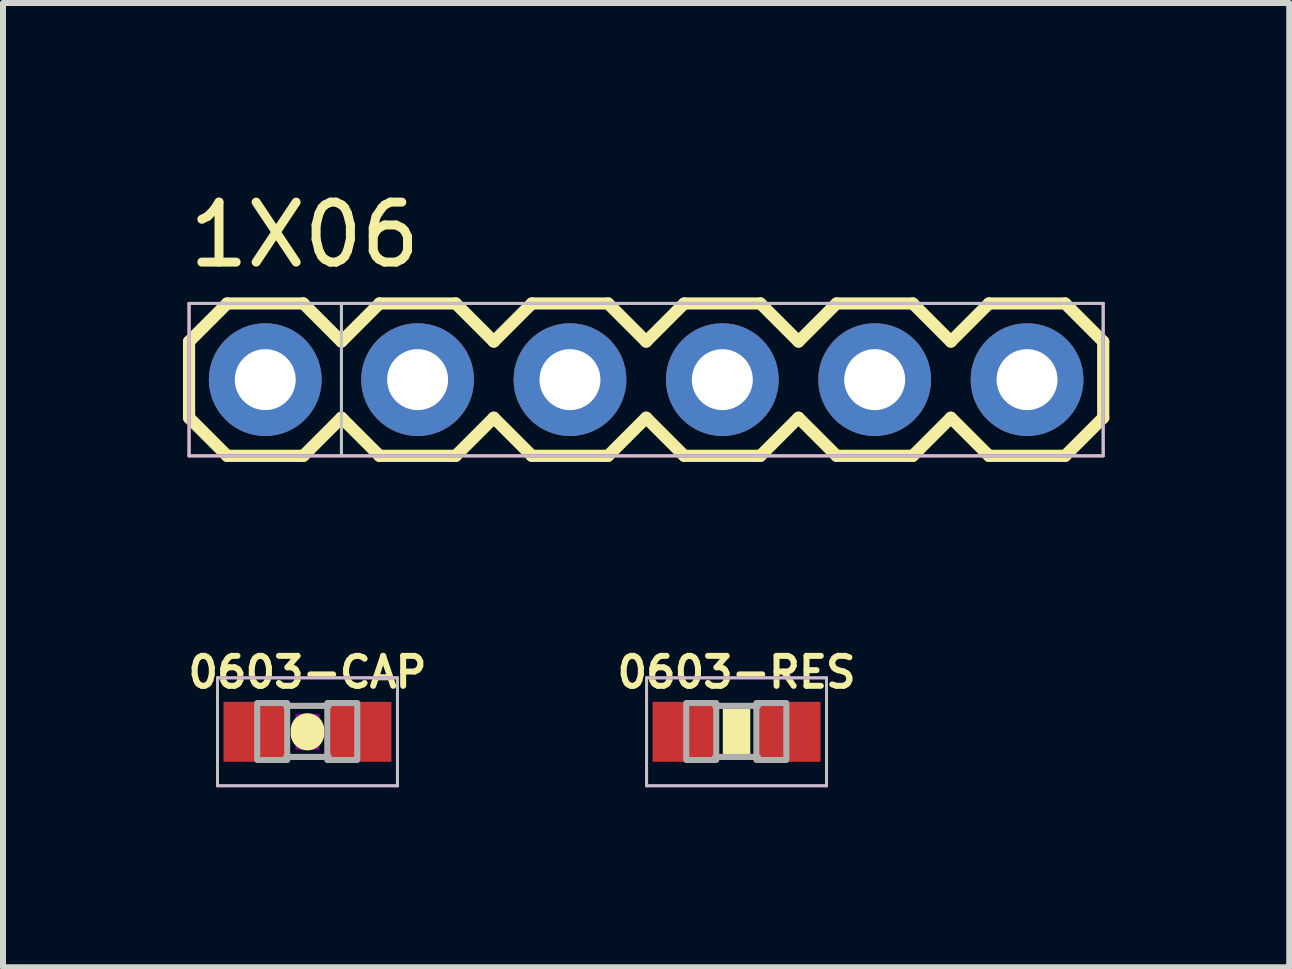
<source format=kicad_pcb>
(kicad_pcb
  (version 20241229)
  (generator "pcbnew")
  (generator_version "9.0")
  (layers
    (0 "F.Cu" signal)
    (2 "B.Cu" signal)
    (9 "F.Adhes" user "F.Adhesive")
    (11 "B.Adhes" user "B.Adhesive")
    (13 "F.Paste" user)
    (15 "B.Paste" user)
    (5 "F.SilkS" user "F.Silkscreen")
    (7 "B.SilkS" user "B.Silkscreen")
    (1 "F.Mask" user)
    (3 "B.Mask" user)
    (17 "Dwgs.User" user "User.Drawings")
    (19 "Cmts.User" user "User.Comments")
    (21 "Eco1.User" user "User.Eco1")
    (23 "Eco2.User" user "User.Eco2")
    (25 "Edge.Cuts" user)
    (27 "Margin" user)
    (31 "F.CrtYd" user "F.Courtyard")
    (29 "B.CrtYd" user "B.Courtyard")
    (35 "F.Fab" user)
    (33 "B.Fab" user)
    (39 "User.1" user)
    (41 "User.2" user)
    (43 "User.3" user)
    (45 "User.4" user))
  (footprint "0603-RES"
    (layer "F.Cu")
    (at 9.229 9.15)
    (property "Reference" "0603-RES" (at 0 -0.7 0) (layer "F.SilkS") (effects (font (size 0.5 0.5) (thickness 0.1)) (justify bottom)))
    (attr through_hole)
    (fp_poly (pts (xy -0.229 0.381) (xy 0.229 0.381) (xy 0.229 -0.381) (xy -0.229 -0.381)) (stroke (width 0) (type solid)) (fill yes) (layer "F.SilkS"))
    (fp_poly (pts (xy -0.2 0.3) (xy 0.2 0.3) (xy 0.2 -0.3) (xy -0.2 -0.3)) (stroke (width 0) (type solid)) (fill yes) (layer "F.Adhes"))
    (fp_line (start -1.5 -0.9) (end 1.5 -0.9) (stroke (width 0.05) (type solid)) (layer "Dwgs.User"))
    (fp_line (start -1.5 0.9) (end -1.5 -0.9) (stroke (width 0.05) (type solid)) (layer "Dwgs.User"))
    (fp_line (start 1.5 -0.9) (end 1.5 0.9) (stroke (width 0.05) (type solid)) (layer "Dwgs.User"))
    (fp_line (start 1.5 0.9) (end -1.5 0.9) (stroke (width 0.05) (type solid)) (layer "Dwgs.User"))
    (fp_line (start -1.5 -0.9) (end 1.5 -0.9) (stroke (width 0.05) (type solid)) (layer "F.CrtYd"))
    (fp_line (start -1.5 0.9) (end -1.5 -0.9) (stroke (width 0.05) (type solid)) (layer "F.CrtYd"))
    (fp_line (start 1.5 -0.9) (end 1.5 0.9) (stroke (width 0.05) (type solid)) (layer "F.CrtYd"))
    (fp_line (start 1.5 0.9) (end -1.5 0.9) (stroke (width 0.05) (type solid)) (layer "F.CrtYd"))
    (fp_line (start -0.356 -0.432) (end 0.356 -0.432) (stroke (width 0.102) (type solid)) (layer "F.Fab"))
    (fp_line (start -0.356 0.419) (end 0.356 0.419) (stroke (width 0.102) (type solid)) (layer "F.Fab"))
    (fp_poly (pts (xy -0.838 0.47) (xy -0.338 0.47) (xy -0.338 -0.48) (xy -0.838 -0.48)) (stroke (width 0.1) (type solid)) (fill no) (layer "F.Fab"))
    (fp_poly (pts (xy 0.33 0.47) (xy 0.83 0.47) (xy 0.83 -0.48) (xy 0.33 -0.48)) (stroke (width 0.1) (type solid)) (fill no) (layer "F.Fab"))
    (pad "1" smd rect (at -0.85 0) (size 1.1 1) (layers "F.Cu" "F.Mask" "F.Paste"))
    (pad "2" smd rect (at 0.85 0) (size 1.1 1) (layers "F.Cu" "F.Mask" "F.Paste")))
  (footprint "1X06"
    (layer "F.Cu")
    (at 1.372 3.279)
    (property "Reference" "1X06" (at -1.346 -1.829 0) (layer "F.SilkS") (effects (font (size 1 1) (thickness 0.15)) (justify left bottom)))
    (attr through_hole)
    (fp_line (start -1.27 -0.635) (end -1.27 0.635) (stroke (width 0.203) (type solid)) (layer "F.SilkS"))
    (fp_line (start -1.27 0.635) (end -0.635 1.27) (stroke (width 0.203) (type solid)) (layer "F.SilkS"))
    (fp_line (start -0.635 -1.27) (end -1.27 -0.635) (stroke (width 0.203) (type solid)) (layer "F.SilkS"))
    (fp_line (start -0.635 -1.27) (end 0.635 -1.27) (stroke (width 0.203) (type solid)) (layer "F.SilkS"))
    (fp_line (start 0.635 -1.27) (end 1.27 -0.635) (stroke (width 0.203) (type solid)) (layer "F.SilkS"))
    (fp_line (start 0.635 1.27) (end -0.635 1.27) (stroke (width 0.203) (type solid)) (layer "F.SilkS"))
    (fp_line (start 1.27 -0.635) (end 1.905 -1.27) (stroke (width 0.203) (type solid)) (layer "F.SilkS"))
    (fp_line (start 1.27 0.635) (end 0.635 1.27) (stroke (width 0.203) (type solid)) (layer "F.SilkS"))
    (fp_line (start 1.905 -1.27) (end 3.175 -1.27) (stroke (width 0.203) (type solid)) (layer "F.SilkS"))
    (fp_line (start 1.905 1.27) (end 1.27 0.635) (stroke (width 0.203) (type solid)) (layer "F.SilkS"))
    (fp_line (start 3.175 -1.27) (end 3.81 -0.635) (stroke (width 0.203) (type solid)) (layer "F.SilkS"))
    (fp_line (start 3.175 1.27) (end 1.905 1.27) (stroke (width 0.203) (type solid)) (layer "F.SilkS"))
    (fp_line (start 3.81 -0.635) (end 4.445 -1.27) (stroke (width 0.203) (type solid)) (layer "F.SilkS"))
    (fp_line (start 3.81 0.635) (end 3.175 1.27) (stroke (width 0.203) (type solid)) (layer "F.SilkS"))
    (fp_line (start 4.445 -1.27) (end 5.715 -1.27) (stroke (width 0.203) (type solid)) (layer "F.SilkS"))
    (fp_line (start 4.445 1.27) (end 3.81 0.635) (stroke (width 0.203) (type solid)) (layer "F.SilkS"))
    (fp_line (start 5.715 -1.27) (end 6.35 -0.635) (stroke (width 0.203) (type solid)) (layer "F.SilkS"))
    (fp_line (start 5.715 1.27) (end 4.445 1.27) (stroke (width 0.203) (type solid)) (layer "F.SilkS"))
    (fp_line (start 6.35 0.635) (end 5.715 1.27) (stroke (width 0.203) (type solid)) (layer "F.SilkS"))
    (fp_line (start 6.35 0.635) (end 6.985 1.27) (stroke (width 0.203) (type solid)) (layer "F.SilkS"))
    (fp_line (start 6.985 -1.27) (end 6.35 -0.635) (stroke (width 0.203) (type solid)) (layer "F.SilkS"))
    (fp_line (start 6.985 -1.27) (end 8.255 -1.27) (stroke (width 0.203) (type solid)) (layer "F.SilkS"))
    (fp_line (start 8.255 -1.27) (end 8.89 -0.635) (stroke (width 0.203) (type solid)) (layer "F.SilkS"))
    (fp_line (start 8.255 1.27) (end 6.985 1.27) (stroke (width 0.203) (type solid)) (layer "F.SilkS"))
    (fp_line (start 8.89 -0.635) (end 9.525 -1.27) (stroke (width 0.203) (type solid)) (layer "F.SilkS"))
    (fp_line (start 8.89 0.635) (end 8.255 1.27) (stroke (width 0.203) (type solid)) (layer "F.SilkS"))
    (fp_line (start 9.525 -1.27) (end 10.795 -1.27) (stroke (width 0.203) (type solid)) (layer "F.SilkS"))
    (fp_line (start 9.525 1.27) (end 8.89 0.635) (stroke (width 0.203) (type solid)) (layer "F.SilkS"))
    (fp_line (start 10.795 -1.27) (end 11.43 -0.635) (stroke (width 0.203) (type solid)) (layer "F.SilkS"))
    (fp_line (start 10.795 1.27) (end 9.525 1.27) (stroke (width 0.203) (type solid)) (layer "F.SilkS"))
    (fp_line (start 11.43 -0.635) (end 12.065 -1.27) (stroke (width 0.203) (type solid)) (layer "F.SilkS"))
    (fp_line (start 11.43 0.635) (end 10.795 1.27) (stroke (width 0.203) (type solid)) (layer "F.SilkS"))
    (fp_line (start 12.065 -1.27) (end 13.335 -1.27) (stroke (width 0.203) (type solid)) (layer "F.SilkS"))
    (fp_line (start 12.065 1.27) (end 11.43 0.635) (stroke (width 0.203) (type solid)) (layer "F.SilkS"))
    (fp_line (start 13.335 -1.27) (end 13.97 -0.635) (stroke (width 0.203) (type solid)) (layer "F.SilkS"))
    (fp_line (start 13.335 1.27) (end 12.065 1.27) (stroke (width 0.203) (type solid)) (layer "F.SilkS"))
    (fp_line (start 13.97 -0.635) (end 13.97 0.635) (stroke (width 0.203) (type solid)) (layer "F.SilkS"))
    (fp_line (start 13.97 0.635) (end 13.335 1.27) (stroke (width 0.203) (type solid)) (layer "F.SilkS"))
    (fp_line (start -1.27 -1.27) (end 13.97 -1.27) (stroke (width 0.05) (type solid)) (layer "Dwgs.User"))
    (fp_line (start -1.27 1.27) (end -1.27 -1.27) (stroke (width 0.05) (type solid)) (layer "Dwgs.User"))
    (fp_line (start 1.27 -1.27) (end 1.27 1.27) (stroke (width 0.05) (type solid)) (layer "Dwgs.User"))
    (fp_line (start 13.97 -1.27) (end 13.97 1.27) (stroke (width 0.05) (type solid)) (layer "Dwgs.User"))
    (fp_line (start 13.97 1.27) (end -1.27 1.27) (stroke (width 0.05) (type solid)) (layer "Dwgs.User"))
    (fp_line (start -1.27 -1.27) (end 13.97 -1.27) (stroke (width 0.05) (type solid)) (layer "F.CrtYd"))
    (fp_line (start -1.27 1.27) (end -1.27 -1.27) (stroke (width 0.05) (type solid)) (layer "F.CrtYd"))
    (fp_line (start 13.97 -1.27) (end 13.97 1.27) (stroke (width 0.05) (type solid)) (layer "F.CrtYd"))
    (fp_line (start 13.97 1.27) (end -1.27 1.27) (stroke (width 0.05) (type solid)) (layer "F.CrtYd"))
    (fp_line (start -1.27 -1.27) (end 13.97 -1.27) (stroke (width 0.05) (type solid)) (layer "F.Fab"))
    (fp_line (start -1.27 1.27) (end -1.27 -1.27) (stroke (width 0.05) (type solid)) (layer "F.Fab"))
    (fp_line (start 1.27 -1.27) (end 1.27 1.27) (stroke (width 0.05) (type solid)) (layer "F.Fab"))
    (fp_line (start 13.97 -1.27) (end 13.97 1.27) (stroke (width 0.05) (type solid)) (layer "F.Fab"))
    (fp_line (start 13.97 1.27) (end -1.27 1.27) (stroke (width 0.05) (type solid)) (layer "F.Fab"))
    (fp_poly (pts (xy -0.254 0.254) (xy 0.254 0.254) (xy 0.254 -0.254) (xy -0.254 -0.254)) (stroke (width 0.1) (type solid)) (fill no) (layer "F.Fab"))
    (fp_poly (pts (xy 2.286 0.254) (xy 2.794 0.254) (xy 2.794 -0.254) (xy 2.286 -0.254)) (stroke (width 0.1) (type solid)) (fill no) (layer "F.Fab"))
    (fp_poly (pts (xy 4.826 0.254) (xy 5.334 0.254) (xy 5.334 -0.254) (xy 4.826 -0.254)) (stroke (width 0.1) (type solid)) (fill no) (layer "F.Fab"))
    (fp_poly (pts (xy 7.366 0.254) (xy 7.874 0.254) (xy 7.874 -0.254) (xy 7.366 -0.254)) (stroke (width 0.1) (type solid)) (fill no) (layer "F.Fab"))
    (fp_poly (pts (xy 9.906 0.254) (xy 10.414 0.254) (xy 10.414 -0.254) (xy 9.906 -0.254)) (stroke (width 0.1) (type solid)) (fill no) (layer "F.Fab"))
    (fp_poly (pts (xy 12.446 0.254) (xy 12.954 0.254) (xy 12.954 -0.254) (xy 12.446 -0.254)) (stroke (width 0.1) (type solid)) (fill no) (layer "F.Fab"))
    (pad "1" thru_hole circle (at 0 0 90) (size 1.88 1.88) (drill 1.016) (layers "*.Cu" "*.Mask"))
    (pad "2" thru_hole circle (at 2.54 0 90) (size 1.88 1.88) (drill 1.016) (layers "*.Cu" "*.Mask"))
    (pad "3" thru_hole circle (at 5.08 0 90) (size 1.88 1.88) (drill 1.016) (layers "*.Cu" "*.Mask"))
    (pad "4" thru_hole circle (at 7.62 0 90) (size 1.88 1.88) (drill 1.016) (layers "*.Cu" "*.Mask"))
    (pad "5" thru_hole circle (at 10.16 0 90) (size 1.88 1.88) (drill 1.016) (layers "*.Cu" "*.Mask"))
    (pad "6" thru_hole circle (at 12.7 0 90) (size 1.88 1.88) (drill 1.016) (layers "*.Cu" "*.Mask")))
  (footprint "0603-CAP"
    (layer "F.Cu")
    (at 2.076 9.15)
    (property "Reference" "0603-CAP" (at 0 -0.7 0) (layer "F.SilkS") (effects (font (size 0.5 0.5) (thickness 0.1)) (justify bottom)))
    (attr through_hole)
    (fp_line (start 0 -0.03) (end 0 0.03) (stroke (width 0.559) (type solid)) (layer "F.SilkS"))
    (fp_poly (pts (xy -0.2 0.3) (xy 0.2 0.3) (xy 0.2 -0.3) (xy -0.2 -0.3)) (stroke (width 0) (type solid)) (fill yes) (layer "F.Adhes"))
    (fp_line (start -1.5 -0.9) (end 1.5 -0.9) (stroke (width 0.05) (type solid)) (layer "Dwgs.User"))
    (fp_line (start -1.5 0.9) (end -1.5 -0.9) (stroke (width 0.05) (type solid)) (layer "Dwgs.User"))
    (fp_line (start 1.5 -0.9) (end 1.5 0.9) (stroke (width 0.05) (type solid)) (layer "Dwgs.User"))
    (fp_line (start 1.5 0.9) (end -1.5 0.9) (stroke (width 0.05) (type solid)) (layer "Dwgs.User"))
    (fp_line (start -1.5 -0.9) (end 1.5 -0.9) (stroke (width 0.05) (type solid)) (layer "F.CrtYd"))
    (fp_line (start -1.5 0.9) (end -1.5 -0.9) (stroke (width 0.05) (type solid)) (layer "F.CrtYd"))
    (fp_line (start 1.5 -0.9) (end 1.5 0.9) (stroke (width 0.05) (type solid)) (layer "F.CrtYd"))
    (fp_line (start 1.5 0.9) (end -1.5 0.9) (stroke (width 0.05) (type solid)) (layer "F.CrtYd"))
    (fp_line (start -0.356 -0.432) (end 0.356 -0.432) (stroke (width 0.102) (type solid)) (layer "F.Fab"))
    (fp_line (start -0.356 0.419) (end 0.356 0.419) (stroke (width 0.102) (type solid)) (layer "F.Fab"))
    (fp_poly (pts (xy -0.838 0.47) (xy -0.338 0.47) (xy -0.338 -0.48) (xy -0.838 -0.48)) (stroke (width 0.1) (type solid)) (fill no) (layer "F.Fab"))
    (fp_poly (pts (xy 0.33 0.47) (xy 0.83 0.47) (xy 0.83 -0.48) (xy 0.33 -0.48)) (stroke (width 0.1) (type solid)) (fill no) (layer "F.Fab"))
    (pad "1" smd rect (at -0.85 0) (size 1.1 1) (layers "F.Cu" "F.Mask" "F.Paste"))
    (pad "2" smd rect (at 0.85 0) (size 1.1 1) (layers "F.Cu" "F.Mask" "F.Paste")))
  (gr_rect
    (start -3 -3)
    (end 18.443 13.075)
    (stroke (width 0.1) (type default))
    (fill no)
    (layer "Edge.Cuts")))
</source>
